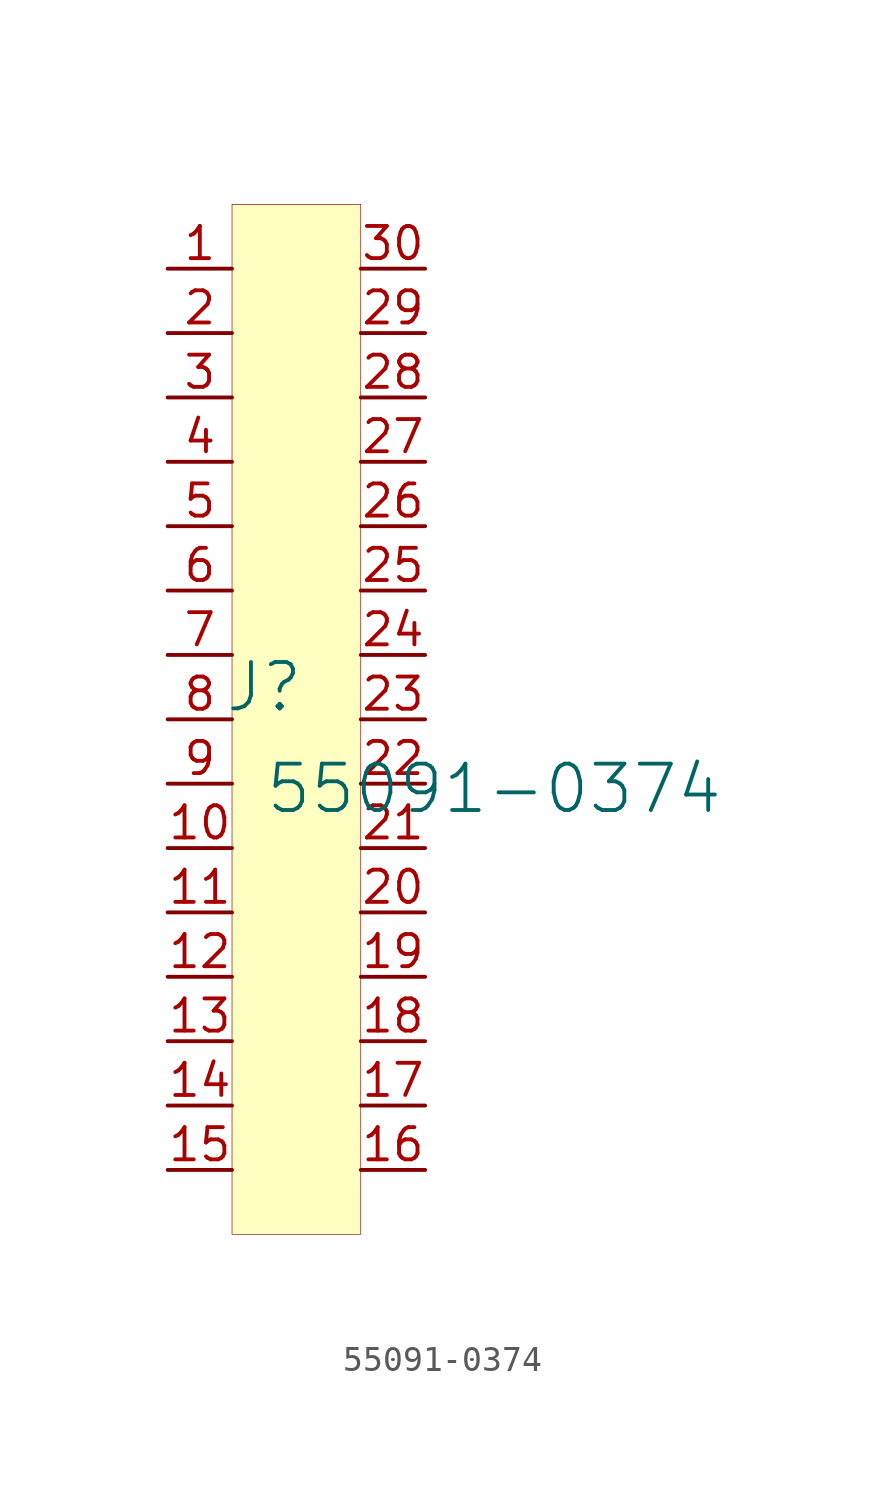
<source format=kicad_sym>
(kicad_symbol_lib
  (version 20231120)
  (generator "kicad_symbol_editor")
  (generator_version "8.0")
  (symbol "55091-0374"
    (property "Reference" "J"
      (at -1.27 1.27 0)
      (effects (font (size 1.829 1.829))))
    (property "Value" "55091-0374"
      (at -1.27 -3.81 0)
      (effects (font (size 1.829 1.829)) (justify left bottom)))
    (symbol "55091-0374_1_0"
      (rectangle (start 2.54 20.32) (end -2.54 -20.32) (stroke (width 0.025) (type solid) (color 128 0 0 1)) (fill (type background)))
      (pin passive line (at -5.08 17.78 0) (length 2.54) (name "1" (effects (font (size 0 0)))) (number "1" (effects (font (size 1.27 1.27)))))
      (pin passive line (at -5.08 -5.08 0) (length 2.54) (name "10" (effects (font (size 0 0)))) (number "10" (effects (font (size 1.27 1.27)))))
      (pin passive line (at -5.08 -7.62 0) (length 2.54) (name "11" (effects (font (size 0 0)))) (number "11" (effects (font (size 1.27 1.27)))))
      (pin passive line (at -5.08 -10.16 0) (length 2.54) (name "12" (effects (font (size 0 0)))) (number "12" (effects (font (size 1.27 1.27)))))
      (pin passive line (at -5.08 -12.7 0) (length 2.54) (name "13" (effects (font (size 0 0)))) (number "13" (effects (font (size 1.27 1.27)))))
      (pin passive line (at -5.08 -15.24 0) (length 2.54) (name "14" (effects (font (size 0 0)))) (number "14" (effects (font (size 1.27 1.27)))))
      (pin passive line (at -5.08 -17.78 0) (length 2.54) (name "15" (effects (font (size 0 0)))) (number "15" (effects (font (size 1.27 1.27)))))
      (pin passive line (at 5.08 -17.78 180) (length 2.54) (name "16" (effects (font (size 0 0)))) (number "16" (effects (font (size 1.27 1.27)))))
      (pin passive line (at 5.08 -15.24 180) (length 2.54) (name "17" (effects (font (size 0 0)))) (number "17" (effects (font (size 1.27 1.27)))))
      (pin passive line (at 5.08 -12.7 180) (length 2.54) (name "18" (effects (font (size 0 0)))) (number "18" (effects (font (size 1.27 1.27)))))
      (pin passive line (at 5.08 -10.16 180) (length 2.54) (name "19" (effects (font (size 0 0)))) (number "19" (effects (font (size 1.27 1.27)))))
      (pin passive line (at -5.08 15.24 0) (length 2.54) (name "2" (effects (font (size 0 0)))) (number "2" (effects (font (size 1.27 1.27)))))
      (pin passive line (at 5.08 -7.62 180) (length 2.54) (name "20" (effects (font (size 0 0)))) (number "20" (effects (font (size 1.27 1.27)))))
      (pin passive line (at 5.08 -5.08 180) (length 2.54) (name "21" (effects (font (size 0 0)))) (number "21" (effects (font (size 1.27 1.27)))))
      (pin passive line (at 5.08 -2.54 180) (length 2.54) (name "22" (effects (font (size 0 0)))) (number "22" (effects (font (size 1.27 1.27)))))
      (pin passive line (at 5.08 0 180) (length 2.54) (name "23" (effects (font (size 0 0)))) (number "23" (effects (font (size 1.27 1.27)))))
      (pin passive line (at 5.08 2.54 180) (length 2.54) (name "24" (effects (font (size 0 0)))) (number "24" (effects (font (size 1.27 1.27)))))
      (pin passive line (at 5.08 5.08 180) (length 2.54) (name "25" (effects (font (size 0 0)))) (number "25" (effects (font (size 1.27 1.27)))))
      (pin passive line (at 5.08 7.62 180) (length 2.54) (name "26" (effects (font (size 0 0)))) (number "26" (effects (font (size 1.27 1.27)))))
      (pin passive line (at 5.08 10.16 180) (length 2.54) (name "27" (effects (font (size 0 0)))) (number "27" (effects (font (size 1.27 1.27)))))
      (pin passive line (at 5.08 12.7 180) (length 2.54) (name "28" (effects (font (size 0 0)))) (number "28" (effects (font (size 1.27 1.27)))))
      (pin passive line (at 5.08 15.24 180) (length 2.54) (name "29" (effects (font (size 0 0)))) (number "29" (effects (font (size 1.27 1.27)))))
      (pin passive line (at -5.08 12.7 0) (length 2.54) (name "3" (effects (font (size 0 0)))) (number "3" (effects (font (size 1.27 1.27)))))
      (pin passive line (at 5.08 17.78 180) (length 2.54) (name "30" (effects (font (size 0 0)))) (number "30" (effects (font (size 1.27 1.27)))))
      (pin passive line (at -5.08 10.16 0) (length 2.54) (name "4" (effects (font (size 0 0)))) (number "4" (effects (font (size 1.27 1.27)))))
      (pin passive line (at -5.08 7.62 0) (length 2.54) (name "5" (effects (font (size 0 0)))) (number "5" (effects (font (size 1.27 1.27)))))
      (pin passive line (at -5.08 5.08 0) (length 2.54) (name "6" (effects (font (size 0 0)))) (number "6" (effects (font (size 1.27 1.27)))))
      (pin passive line (at -5.08 2.54 0) (length 2.54) (name "7" (effects (font (size 0 0)))) (number "7" (effects (font (size 1.27 1.27)))))
      (pin passive line (at -5.08 0 0) (length 2.54) (name "8" (effects (font (size 0 0)))) (number "8" (effects (font (size 1.27 1.27)))))
      (pin passive line (at -5.08 -2.54 0) (length 2.54) (name "9" (effects (font (size 0 0)))) (number "9" (effects (font (size 1.27 1.27))))))))
</source>
